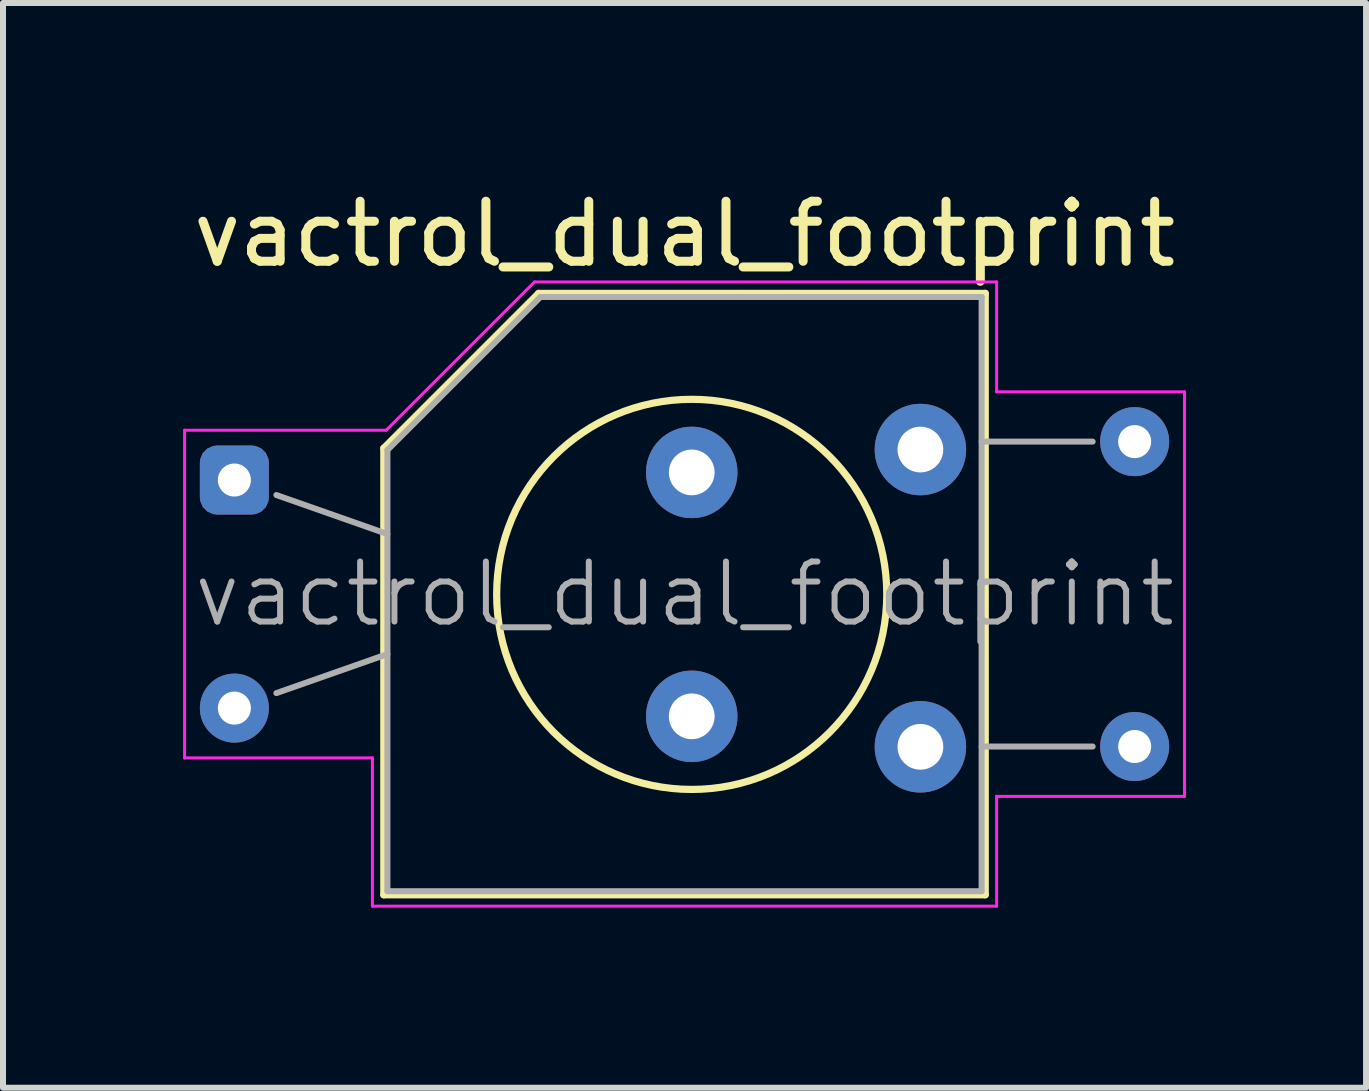
<source format=kicad_pcb>
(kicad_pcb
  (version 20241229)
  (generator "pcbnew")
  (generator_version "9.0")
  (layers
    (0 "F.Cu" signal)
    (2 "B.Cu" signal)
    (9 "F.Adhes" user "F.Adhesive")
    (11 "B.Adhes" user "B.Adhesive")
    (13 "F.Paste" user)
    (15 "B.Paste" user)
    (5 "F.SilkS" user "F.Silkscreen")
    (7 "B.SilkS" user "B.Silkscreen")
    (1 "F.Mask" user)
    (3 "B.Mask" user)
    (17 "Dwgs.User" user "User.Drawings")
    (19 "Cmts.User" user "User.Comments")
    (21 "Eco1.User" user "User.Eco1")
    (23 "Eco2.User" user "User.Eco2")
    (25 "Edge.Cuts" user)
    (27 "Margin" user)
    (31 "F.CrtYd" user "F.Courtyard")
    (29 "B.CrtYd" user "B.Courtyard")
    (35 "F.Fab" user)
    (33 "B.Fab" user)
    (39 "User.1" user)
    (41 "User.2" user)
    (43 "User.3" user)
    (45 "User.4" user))
  (footprint "vactrol_dual_footprint"
    (layer "F.Cu")
    (at 0.855 4.948)
    (property "Reference" "vactrol_dual_footprint" (at 7.5 -4.1 0) (layer "F.SilkS") (effects (font (size 1 1) (thickness 0.15))))
    (attr through_hole)
    (fp_line (start 2.49 -0.53) (end 2.49 6.91) (stroke (width 0.12) (type solid)) (layer "F.SilkS"))
    (fp_line (start 2.49 6.91) (end 12.51 6.91) (stroke (width 0.12) (type solid)) (layer "F.SilkS"))
    (fp_line (start 5.07 -3.11) (end 2.49 -0.53) (stroke (width 0.12) (type solid)) (layer "F.SilkS"))
    (fp_line (start 12.51 -3.11) (end 5.07 -3.11) (stroke (width 0.12) (type solid)) (layer "F.SilkS"))
    (fp_line (start 12.51 6.91) (end 12.51 -3.11) (stroke (width 0.12) (type solid)) (layer "F.SilkS"))
    (fp_circle (center 7.62 1.905) (end 10.87 1.905) (stroke (width 0.12) (type solid)) (fill no) (layer "F.SilkS"))
    (fp_line (start -0.83 4.63) (end -0.83 -0.83) (stroke (width 0.05) (type solid)) (layer "F.CrtYd"))
    (fp_line (start 2.3 4.63) (end -0.83 4.63) (stroke (width 0.05) (type solid)) (layer "F.CrtYd"))
    (fp_line (start 2.3 7.1) (end 2.3 4.63) (stroke (width 0.05) (type solid)) (layer "F.CrtYd"))
    (fp_line (start 2.53 -0.83) (end -0.83 -0.83) (stroke (width 0.05) (type solid)) (layer "F.CrtYd"))
    (fp_line (start 2.53 -0.83) (end 5 -3.3) (stroke (width 0.05) (type solid)) (layer "F.CrtYd"))
    (fp_line (start 5 -3.3) (end 12.7 -3.3) (stroke (width 0.05) (type solid)) (layer "F.CrtYd"))
    (fp_line (start 12.7 -3.3) (end 12.7 -1.47) (stroke (width 0.05) (type solid)) (layer "F.CrtYd"))
    (fp_line (start 12.7 5.27) (end 12.7 7.1) (stroke (width 0.05) (type solid)) (layer "F.CrtYd"))
    (fp_line (start 12.7 7.1) (end 2.3 7.1) (stroke (width 0.05) (type solid)) (layer "F.CrtYd"))
    (fp_line (start 15.83 -1.47) (end 12.7 -1.47) (stroke (width 0.05) (type solid)) (layer "F.CrtYd"))
    (fp_line (start 15.83 5.27) (end 12.7 5.27) (stroke (width 0.05) (type solid)) (layer "F.CrtYd"))
    (fp_line (start 15.83 5.27) (end 15.83 -1.47) (stroke (width 0.05) (type solid)) (layer "F.CrtYd"))
    (fp_line (start 0.7 0.25) (end 2.55 0.9) (stroke (width 0.1) (type solid)) (layer "F.Fab"))
    (fp_line (start 0.7 3.55) (end 2.55 2.9) (stroke (width 0.1) (type solid)) (layer "F.Fab"))
    (fp_line (start 2.55 6.85) (end 2.55 -0.5) (stroke (width 0.1) (type solid)) (layer "F.Fab"))
    (fp_line (start 5.1 -3.05) (end 2.55 -0.5) (stroke (width 0.1) (type solid)) (layer "F.Fab"))
    (fp_line (start 5.1 -3.05) (end 12.45 -3.05) (stroke (width 0.1) (type solid)) (layer "F.Fab"))
    (fp_line (start 12.45 -3.05) (end 12.45 6.85) (stroke (width 0.1) (type solid)) (layer "F.Fab"))
    (fp_line (start 12.45 6.85) (end 2.55 6.85) (stroke (width 0.1) (type solid)) (layer "F.Fab"))
    (fp_line (start 14.3 -0.64) (end 12.45 -0.64) (stroke (width 0.1) (type solid)) (layer "F.Fab"))
    (fp_line (start 14.3 4.44) (end 12.45 4.44) (stroke (width 0.1) (type solid)) (layer "F.Fab"))
    (fp_text user "${REFERENCE}" (at 7.5 1.9 0) (layer "F.Fab") (effects (font (size 1 1) (thickness 0.1))))
    (pad "1" thru_hole roundrect (at 0 0) (size 1.15 1.15) (drill 0.55) (layers "*.Cu" "*.Mask") (roundrect_rratio 0.25))
    (pad "1" thru_hole circle (at 7.62 -0.127) (size 1.524 1.524) (drill 0.762) (layers "*.Cu" "*.Mask"))
    (pad "2" thru_hole circle (at 0 3.8) (size 1.15 1.15) (drill 0.55) (layers "*.Cu" "*.Mask"))
    (pad "2" thru_hole circle (at 7.62 3.937) (size 1.524 1.524) (drill 0.762) (layers "*.Cu" "*.Mask"))
    (pad "3" thru_hole circle (at 11.43 -0.508) (size 1.524 1.524) (drill 0.762) (layers "*.Cu" "*.Mask"))
    (pad "3" thru_hole circle (at 15 -0.64) (size 1.15 1.15) (drill 0.55) (layers "*.Cu" "*.Mask"))
    (pad "4" thru_hole circle (at 11.43 4.445) (size 1.524 1.524) (drill 0.762) (layers "*.Cu" "*.Mask"))
    (pad "4" thru_hole circle (at 15 4.44) (size 1.15 1.15) (drill 0.55) (layers "*.Cu" "*.Mask")))
  (gr_rect
    (start -3 -3)
    (end 19.71 15.073)
    (stroke (width 0.1) (type default))
    (fill no)
    (layer "Edge.Cuts")))
</source>
